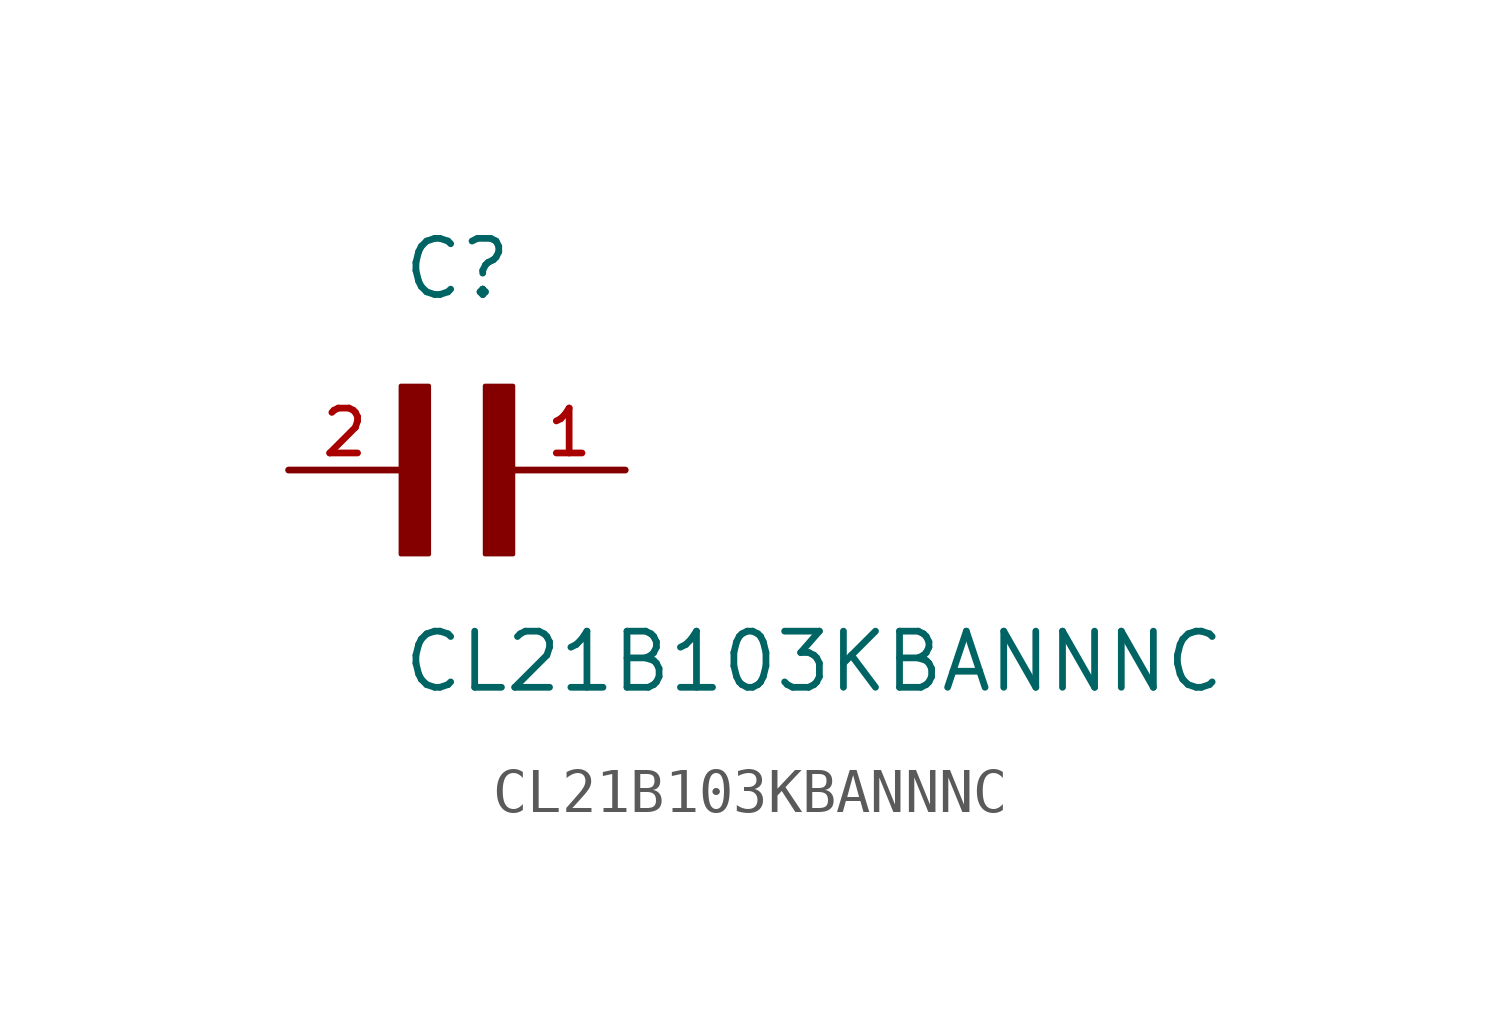
<source format=kicad_sym>
(kicad_symbol_lib
  (version 20211014)
  (generator kicad_symbol_editor)
  (symbol "CL21B103KBANNNC"
    (pin_names
      (offset 1.016))
    (property "Reference" "C"
      (at 0.0 3.81 0)
      (effects (font (size 1.27 1.27)) (justify bottom left)))
    (property "Value" "CL21B103KBANNNC"
      (at 0.0 -5.08 0)
      (effects (font (size 1.27 1.27)) (justify bottom left)))
    (symbol "CL21B103KBANNNC_0_0"
      (rectangle (start 0.0 -1.905) (end 0.635 1.905) (stroke (width 0.1)) (fill (type outline)))
      (rectangle (start 1.905 -1.905) (end 2.54 1.905) (stroke (width 0.1)) (fill (type outline)))
      (pin passive line (at 5.08 0.0 180.0) (length 2.54) (name "~" (effects (font (size 1.016 1.016)))) (number "1" (effects (font (size 1.016 1.016)))))
      (pin passive line (at -2.54 0.0 0) (length 2.54) (name "~" (effects (font (size 1.016 1.016)))) (number "2" (effects (font (size 1.016 1.016))))))))
</source>
